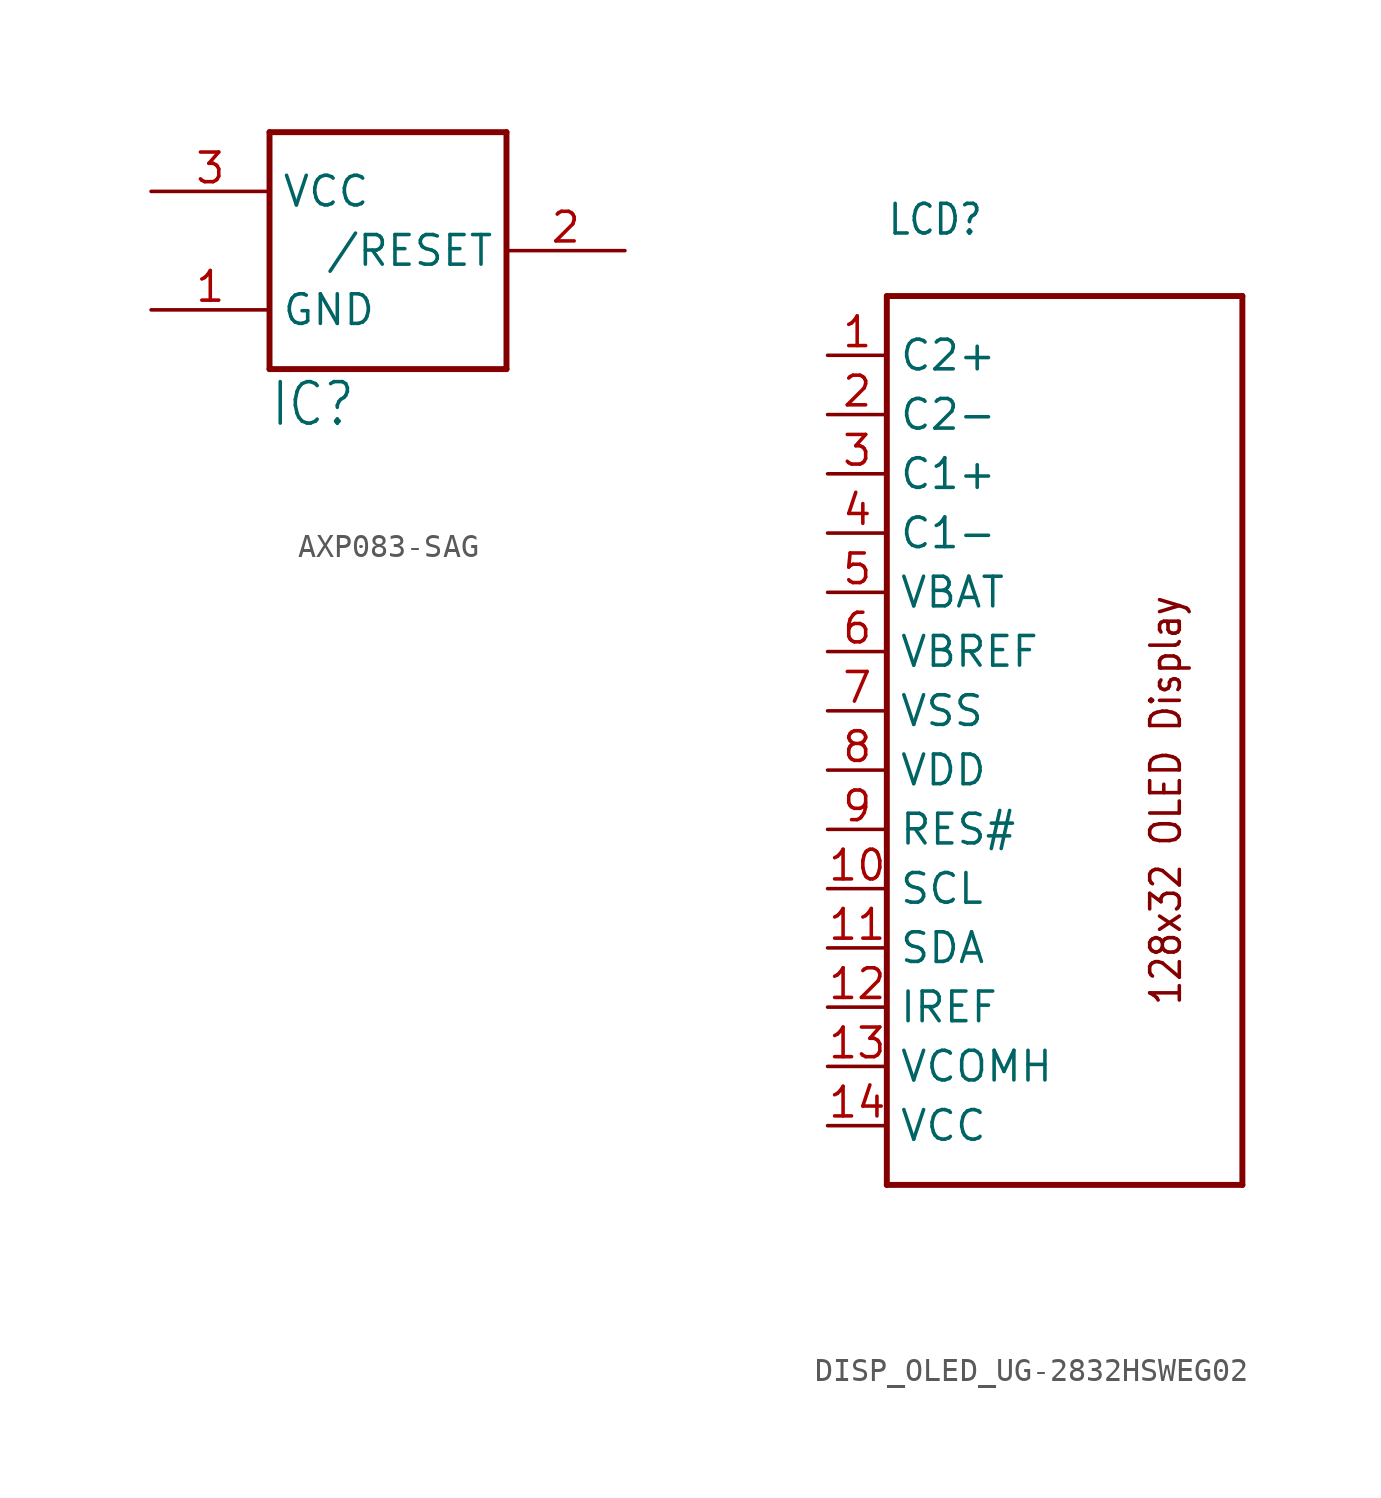
<source format=kicad_sym>
(kicad_symbol_lib
  (version 20231120)
  (generator "kicad_symbol_editor")
  (generator_version "8.0")
  (symbol "AXP083-SAG"
    (property "Reference" "IC"
      (at -5.08 -7.62 0)
      (effects (font (size 1.778 1.511)) (justify left bottom)))
    (property "Value" ""
      (at -5.08 -10.16 0)
      (effects (font (size 1.778 1.511)) (justify left bottom)))
    (property "ki_locked" ""
      (at 0 0 0)
      (effects (font (size 1.27 1.27))))
    (symbol "AXP083-SAG_1_0"
      (polyline (pts (xy -5.08 -5.08) (xy -5.08 5.08)) (stroke (width 0.254) (type solid)) (fill (type none)))
      (polyline (pts (xy -5.08 5.08) (xy 5.08 5.08)) (stroke (width 0.254) (type solid)) (fill (type none)))
      (polyline (pts (xy 5.08 -5.08) (xy -5.08 -5.08)) (stroke (width 0.254) (type solid)) (fill (type none)))
      (polyline (pts (xy 5.08 5.08) (xy 5.08 -5.08)) (stroke (width 0.254) (type solid)) (fill (type none)))
      (pin power_in line (at -10.16 -2.54 0) (length 5.08) (name "GND" (effects (font (size 1.27 1.27)))) (number "1" (effects (font (size 1.27 1.27)))))
      (pin output line (at 10.16 0 180) (length 5.08) (name "/RESET" (effects (font (size 1.27 1.27)))) (number "2" (effects (font (size 1.27 1.27)))))
      (pin power_in line (at -10.16 2.54 0) (length 5.08) (name "VCC" (effects (font (size 1.27 1.27)))) (number "3" (effects (font (size 1.27 1.27)))))))
  (symbol "DISP_OLED_UG-2832HSWEG02"
    (property "Reference" "LCD"
      (at -7.62 22.86 0)
      (effects (font (size 1.27 1.079)) (justify left bottom)))
    (property "Value" ""
      (at -7.62 -20.32 0)
      (effects (font (size 1.27 1.079)) (justify left bottom)))
    (property "ki_locked" ""
      (at 0 0 0)
      (effects (font (size 1.27 1.27))))
    (symbol "DISP_OLED_UG-2832HSWEG02_1_0"
      (polyline (pts (xy -7.62 -17.78) (xy 7.62 -17.78)) (stroke (width 0.254) (type solid)) (fill (type none)))
      (polyline (pts (xy -7.62 20.32) (xy -7.62 -17.78)) (stroke (width 0.254) (type solid)) (fill (type none)))
      (polyline (pts (xy 7.62 -17.78) (xy 7.62 20.32)) (stroke (width 0.254) (type solid)) (fill (type none)))
      (polyline (pts (xy 7.62 20.32) (xy -7.62 20.32)) (stroke (width 0.254) (type solid)) (fill (type none)))
      (text "128x32 OLED Display" (at 5.08 -10.16 900) (effects (font (size 1.27 1.079)) (justify left bottom)))
      (pin bidirectional line (at -10.16 17.78 0) (length 2.54) (name "C2+" (effects (font (size 1.27 1.27)))) (number "1" (effects (font (size 1.27 1.27)))))
      (pin bidirectional line (at -10.16 -5.08 0) (length 2.54) (name "SCL" (effects (font (size 1.27 1.27)))) (number "10" (effects (font (size 1.27 1.27)))))
      (pin bidirectional line (at -10.16 -7.62 0) (length 2.54) (name "SDA" (effects (font (size 1.27 1.27)))) (number "11" (effects (font (size 1.27 1.27)))))
      (pin bidirectional line (at -10.16 -10.16 0) (length 2.54) (name "IREF" (effects (font (size 1.27 1.27)))) (number "12" (effects (font (size 1.27 1.27)))))
      (pin power_in line (at -10.16 -12.7 0) (length 2.54) (name "VCOMH" (effects (font (size 1.27 1.27)))) (number "13" (effects (font (size 1.27 1.27)))))
      (pin power_in line (at -10.16 -15.24 0) (length 2.54) (name "VCC" (effects (font (size 1.27 1.27)))) (number "14" (effects (font (size 1.27 1.27)))))
      (pin bidirectional line (at -10.16 15.24 0) (length 2.54) (name "C2-" (effects (font (size 1.27 1.27)))) (number "2" (effects (font (size 1.27 1.27)))))
      (pin bidirectional line (at -10.16 12.7 0) (length 2.54) (name "C1+" (effects (font (size 1.27 1.27)))) (number "3" (effects (font (size 1.27 1.27)))))
      (pin bidirectional line (at -10.16 10.16 0) (length 2.54) (name "C1-" (effects (font (size 1.27 1.27)))) (number "4" (effects (font (size 1.27 1.27)))))
      (pin power_in line (at -10.16 7.62 0) (length 2.54) (name "VBAT" (effects (font (size 1.27 1.27)))) (number "5" (effects (font (size 1.27 1.27)))))
      (pin power_in line (at -10.16 5.08 0) (length 2.54) (name "VBREF" (effects (font (size 1.27 1.27)))) (number "6" (effects (font (size 1.27 1.27)))))
      (pin power_in line (at -10.16 2.54 0) (length 2.54) (name "VSS" (effects (font (size 1.27 1.27)))) (number "7" (effects (font (size 1.27 1.27)))))
      (pin power_in line (at -10.16 0 0) (length 2.54) (name "VDD" (effects (font (size 1.27 1.27)))) (number "8" (effects (font (size 1.27 1.27)))))
      (pin bidirectional line (at -10.16 -2.54 0) (length 2.54) (name "RES#" (effects (font (size 1.27 1.27)))) (number "9" (effects (font (size 1.27 1.27))))))))
</source>
